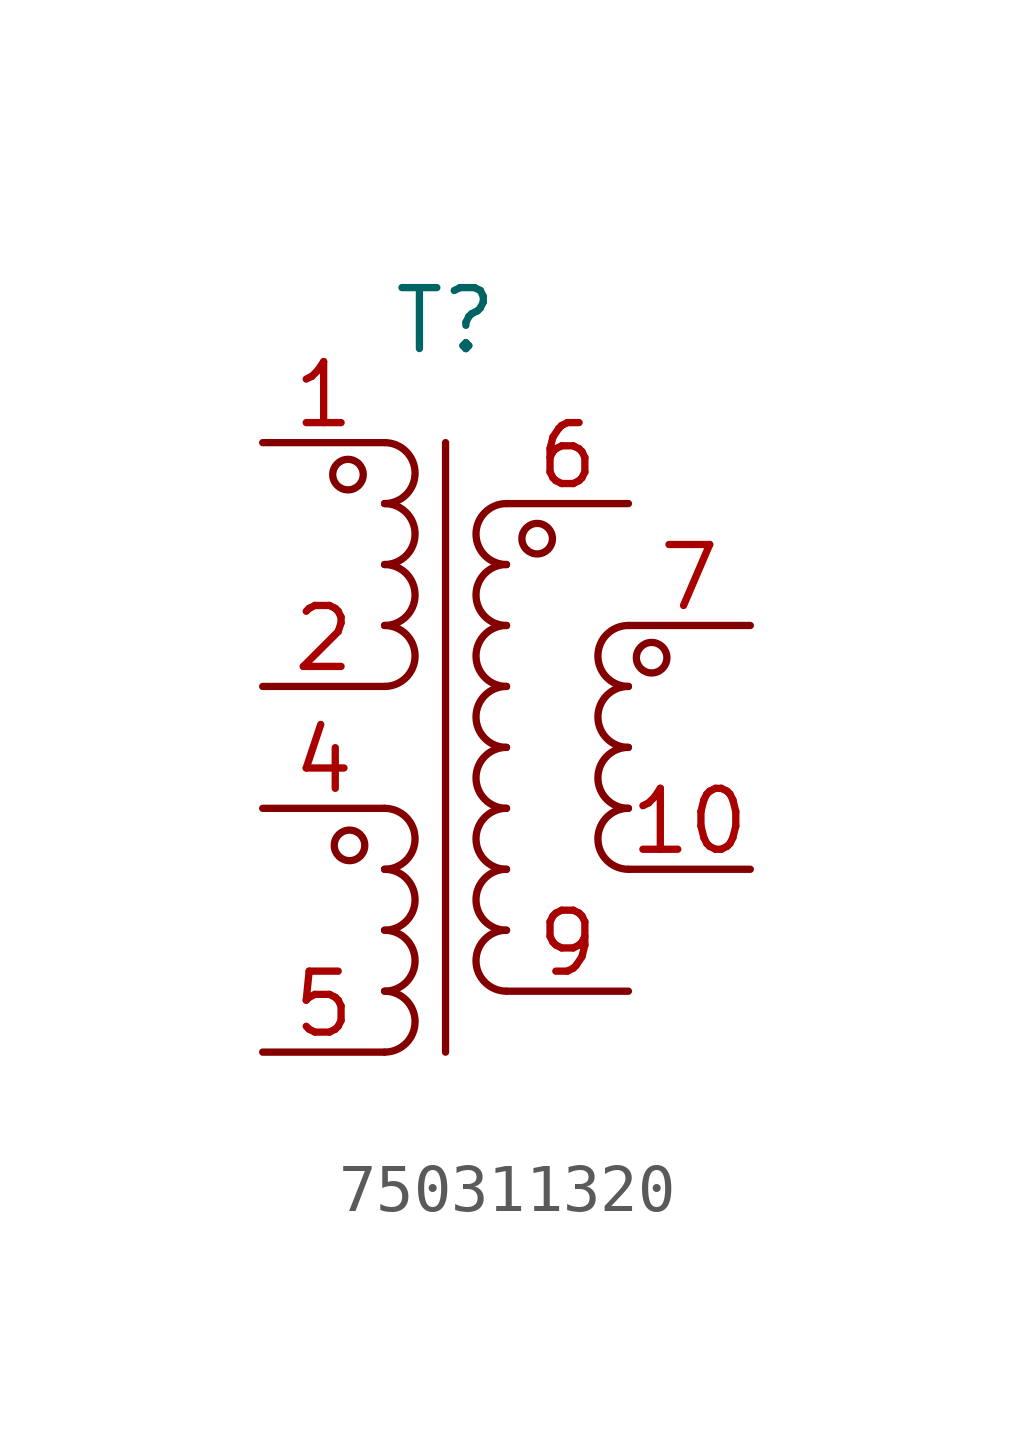
<source format=kicad_sym>
(kicad_symbol_lib
  (version 20231120)
  (generator "kicad_symbol_editor")
  (generator_version "8.0")
  (symbol "750311320"
    (property "Reference" "T"
      (at 0 0 0)
      (effects (font (size 1.27 1.27))))
    (property "Value" ""
      (at 0 0 0)
      (effects (font (size 1.27 1.27))))
    (symbol "750311320_0_1"
      (circle (center -2.033 -3.206) (radius 0.318) (stroke (width 0) (type default)) (fill (type none)))
      (circle (center -2.001 -10.932) (radius 0.318) (stroke (width 0) (type default)) (fill (type none)))
      (arc (start -1.27 -15.24) (mid -0.635 -14.605) (end -1.27 -13.97) (stroke (width 0) (type default)) (fill (type none)))
      (arc (start -1.27 -13.97) (mid -0.635 -13.335) (end -1.27 -12.7) (stroke (width 0) (type default)) (fill (type none)))
      (arc (start -1.27 -12.7) (mid -0.635 -12.065) (end -1.27 -11.43) (stroke (width 0) (type default)) (fill (type none)))
      (arc (start -1.27 -11.43) (mid -0.635 -10.795) (end -1.27 -10.16) (stroke (width 0) (type default)) (fill (type none)))
      (arc (start -1.27 -7.62) (mid -0.635 -6.985) (end -1.27 -6.35) (stroke (width 0) (type default)) (fill (type none)))
      (arc (start -1.27 -6.35) (mid -0.635 -5.715) (end -1.27 -5.08) (stroke (width 0) (type default)) (fill (type none)))
      (arc (start -1.27 -5.08) (mid -0.635 -4.445) (end -1.27 -3.81) (stroke (width 0) (type default)) (fill (type none)))
      (arc (start -1.27 -3.81) (mid -0.635 -3.175) (end -1.27 -2.54) (stroke (width 0) (type default)) (fill (type none)))
      (polyline (pts (xy 0 -15.24) (xy 0 -2.54)) (stroke (width 0) (type default)) (fill (type none)))
      (arc (start 1.27 -12.7) (mid 0.635 -13.335) (end 1.27 -13.97) (stroke (width 0) (type default)) (fill (type none)))
      (arc (start 1.27 -11.43) (mid 0.635 -12.065) (end 1.27 -12.7) (stroke (width 0) (type default)) (fill (type none)))
      (arc (start 1.27 -10.16) (mid 0.635 -10.795) (end 1.27 -11.43) (stroke (width 0) (type default)) (fill (type none)))
      (arc (start 1.27 -8.89) (mid 0.635 -9.525) (end 1.27 -10.16) (stroke (width 0) (type default)) (fill (type none)))
      (arc (start 1.27 -7.62) (mid 0.635 -8.255) (end 1.27 -8.89) (stroke (width 0) (type default)) (fill (type none)))
      (arc (start 1.27 -6.35) (mid 0.635 -6.985) (end 1.27 -7.62) (stroke (width 0) (type default)) (fill (type none)))
      (arc (start 1.27 -5.08) (mid 0.635 -5.715) (end 1.27 -6.35) (stroke (width 0) (type default)) (fill (type none)))
      (arc (start 1.27 -3.81) (mid 0.635 -4.445) (end 1.27 -5.08) (stroke (width 0) (type default)) (fill (type none)))
      (circle (center 1.909 -4.541) (radius 0.318) (stroke (width 0) (type default)) (fill (type none)))
      (arc (start 3.81 -10.16) (mid 3.175 -10.795) (end 3.81 -11.43) (stroke (width 0) (type default)) (fill (type none)))
      (arc (start 3.81 -8.89) (mid 3.175 -9.525) (end 3.81 -10.16) (stroke (width 0) (type default)) (fill (type none)))
      (arc (start 3.81 -7.62) (mid 3.175 -8.255) (end 3.81 -8.89) (stroke (width 0) (type default)) (fill (type none)))
      (arc (start 3.81 -6.35) (mid 3.175 -6.985) (end 3.81 -7.62) (stroke (width 0) (type default)) (fill (type none)))
      (circle (center 4.294 -7.021) (radius 0.318) (stroke (width 0) (type default)) (fill (type none))))
    (symbol "750311320_1_1"
      (pin input line (at -3.81 -2.54 0) (length 2.54) (name "" (effects (font (size 1.27 1.27)))) (number "1" (effects (font (size 1.27 1.27)))))
      (pin output line (at 6.35 -11.43 180) (length 2.54) (name "" (effects (font (size 1.27 1.27)))) (number "10" (effects (font (size 1.27 1.27)))))
      (pin input line (at -3.81 -7.62 0) (length 2.54) (name "" (effects (font (size 1.27 1.27)))) (number "2" (effects (font (size 1.27 1.27)))))
      (pin input line (at -3.81 -10.16 0) (length 2.54) (name "" (effects (font (size 1.27 1.27)))) (number "4" (effects (font (size 1.27 1.27)))))
      (pin input line (at -3.81 -15.24 0) (length 2.54) (name "" (effects (font (size 1.27 1.27)))) (number "5" (effects (font (size 1.27 1.27)))))
      (pin output line (at 3.81 -3.81 180) (length 2.54) (name "" (effects (font (size 1.27 1.27)))) (number "6" (effects (font (size 1.27 1.27)))))
      (pin output line (at 6.35 -6.35 180) (length 2.54) (name "" (effects (font (size 1.27 1.27)))) (number "7" (effects (font (size 1.27 1.27)))))
      (pin output line (at 3.81 -13.97 180) (length 2.54) (name "" (effects (font (size 1.27 1.27)))) (number "9" (effects (font (size 1.27 1.27))))))))
</source>
